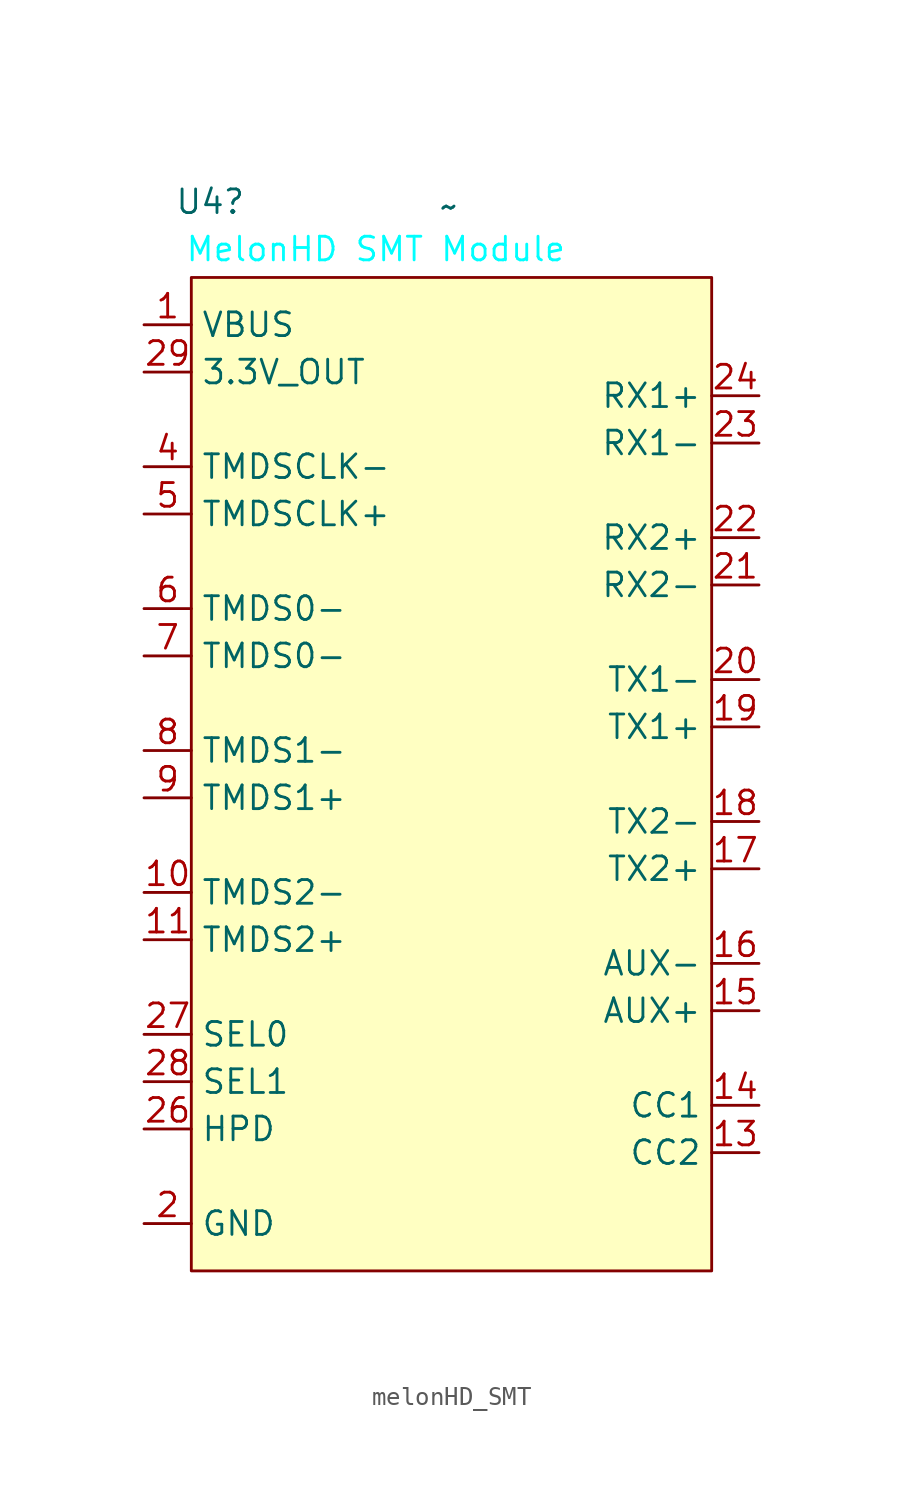
<source format=kicad_sym>
(kicad_symbol_lib
  (version 20241209)
  (generator "kicad_symbol_editor")
  (generator_version "9.0")
  (symbol "melonHD_SMT"
    (property "Reference" "U4"
      (at -18.034 25.654 0)
      (effects (font (size 1.27 1.27))))
    (property "Value" "~"
      (at -5.217 25.4 0)
      (effects (font (size 1.27 1.27))))
    (symbol "melonHD_SMT_1_1"
      (rectangle (start -19.05 21.59) (end 8.89 -31.75) (stroke (width 0) (type default)) (fill (type background)))
      (text "MelonHD SMT Module" (at -9.144 23.114 0) (effects (font (size 1.27 1.27) (color 0 255 255 1))))
      (pin input line (at -21.59 19.05 0) (length 2.54) (name "VBUS" (effects (font (size 1.27 1.27)))) (number "1" (effects (font (size 1.27 1.27)))))
      (pin input line (at -21.59 16.51 0) (length 2.54) (name "3.3V_OUT" (effects (font (size 1.27 1.27)))) (number "29" (effects (font (size 1.27 1.27)))))
      (pin input line (at -21.59 11.43 0) (length 2.54) (name "TMDSCLK-" (effects (font (size 1.27 1.27)))) (number "4" (effects (font (size 1.27 1.27)))))
      (pin input line (at -21.59 8.89 0) (length 2.54) (name "TMDSCLK+" (effects (font (size 1.27 1.27)))) (number "5" (effects (font (size 1.27 1.27)))))
      (pin input line (at -21.59 3.81 0) (length 2.54) (name "TMDS0-" (effects (font (size 1.27 1.27)))) (number "6" (effects (font (size 1.27 1.27)))))
      (pin input line (at -21.59 1.27 0) (length 2.54) (name "TMDS0-" (effects (font (size 1.27 1.27)))) (number "7" (effects (font (size 1.27 1.27)))))
      (pin input line (at -21.59 -3.81 0) (length 2.54) (name "TMDS1-" (effects (font (size 1.27 1.27)))) (number "8" (effects (font (size 1.27 1.27)))))
      (pin input line (at -21.59 -6.35 0) (length 2.54) (name "TMDS1+" (effects (font (size 1.27 1.27)))) (number "9" (effects (font (size 1.27 1.27)))))
      (pin input line (at -21.59 -11.43 0) (length 2.54) (name "TMDS2-" (effects (font (size 1.27 1.27)))) (number "10" (effects (font (size 1.27 1.27)))))
      (pin input line (at -21.59 -13.97 0) (length 2.54) (name "TMDS2+" (effects (font (size 1.27 1.27)))) (number "11" (effects (font (size 1.27 1.27)))))
      (pin input line (at -21.59 -19.05 0) (length 2.54) (name "SEL0" (effects (font (size 1.27 1.27)))) (number "27" (effects (font (size 1.27 1.27)))))
      (pin input line (at -21.59 -21.59 0) (length 2.54) (name "SEL1" (effects (font (size 1.27 1.27)))) (number "28" (effects (font (size 1.27 1.27)))))
      (pin input line (at -21.59 -24.13 0) (length 2.54) (name "HPD" (effects (font (size 1.27 1.27)))) (number "26" (effects (font (size 1.27 1.27)))))
      (pin input line (at -21.59 -29.21 0) (length 2.54) (hide yes) (name "GND" (effects (font (size 1.27 1.27)))) (number "12" (effects (font (size 1.27 1.27)))))
      (pin input line (at -21.59 -29.21 0) (length 2.54) (name "GND" (effects (font (size 1.27 1.27)))) (number "2" (effects (font (size 1.27 1.27)))))
      (pin input line (at -21.59 -29.21 0) (length 2.54) (hide yes) (name "GND" (effects (font (size 1.27 1.27)))) (number "25" (effects (font (size 1.27 1.27)))))
      (pin input line (at -21.59 -29.21 0) (length 2.54) (hide yes) (name "GND" (effects (font (size 1.27 1.27)))) (number "3" (effects (font (size 1.27 1.27)))))
      (pin input line (at -21.59 -29.21 0) (length 2.54) (hide yes) (name "GND" (effects (font (size 1.27 1.27)))) (number "30" (effects (font (size 1.27 1.27)))))
      (pin input line (at -21.59 -29.21 0) (length 2.54) (hide yes) (name "GND" (effects (font (size 1.27 1.27)))) (number "31" (effects (font (size 1.27 1.27)))))
      (pin input line (at 11.43 15.24 180) (length 2.54) (name "RX1+" (effects (font (size 1.27 1.27)))) (number "24" (effects (font (size 1.27 1.27)))))
      (pin input line (at 11.43 12.7 180) (length 2.54) (name "RX1-" (effects (font (size 1.27 1.27)))) (number "23" (effects (font (size 1.27 1.27)))))
      (pin input line (at 11.43 7.62 180) (length 2.54) (name "RX2+" (effects (font (size 1.27 1.27)))) (number "22" (effects (font (size 1.27 1.27)))))
      (pin input line (at 11.43 5.08 180) (length 2.54) (name "RX2-" (effects (font (size 1.27 1.27)))) (number "21" (effects (font (size 1.27 1.27)))))
      (pin input line (at 11.43 0 180) (length 2.54) (name "TX1-" (effects (font (size 1.27 1.27)))) (number "20" (effects (font (size 1.27 1.27)))))
      (pin input line (at 11.43 -2.54 180) (length 2.54) (name "TX1+" (effects (font (size 1.27 1.27)))) (number "19" (effects (font (size 1.27 1.27)))))
      (pin input line (at 11.43 -7.62 180) (length 2.54) (name "TX2-" (effects (font (size 1.27 1.27)))) (number "18" (effects (font (size 1.27 1.27)))))
      (pin input line (at 11.43 -10.16 180) (length 2.54) (name "TX2+" (effects (font (size 1.27 1.27)))) (number "17" (effects (font (size 1.27 1.27)))))
      (pin input line (at 11.43 -15.24 180) (length 2.54) (name "AUX-" (effects (font (size 1.27 1.27)))) (number "16" (effects (font (size 1.27 1.27)))))
      (pin input line (at 11.43 -17.78 180) (length 2.54) (name "AUX+" (effects (font (size 1.27 1.27)))) (number "15" (effects (font (size 1.27 1.27)))))
      (pin input line (at 11.43 -22.86 180) (length 2.54) (name "CC1" (effects (font (size 1.27 1.27)))) (number "14" (effects (font (size 1.27 1.27)))))
      (pin input line (at 11.43 -25.4 180) (length 2.54) (name "CC2" (effects (font (size 1.27 1.27)))) (number "13" (effects (font (size 1.27 1.27))))))))
</source>
